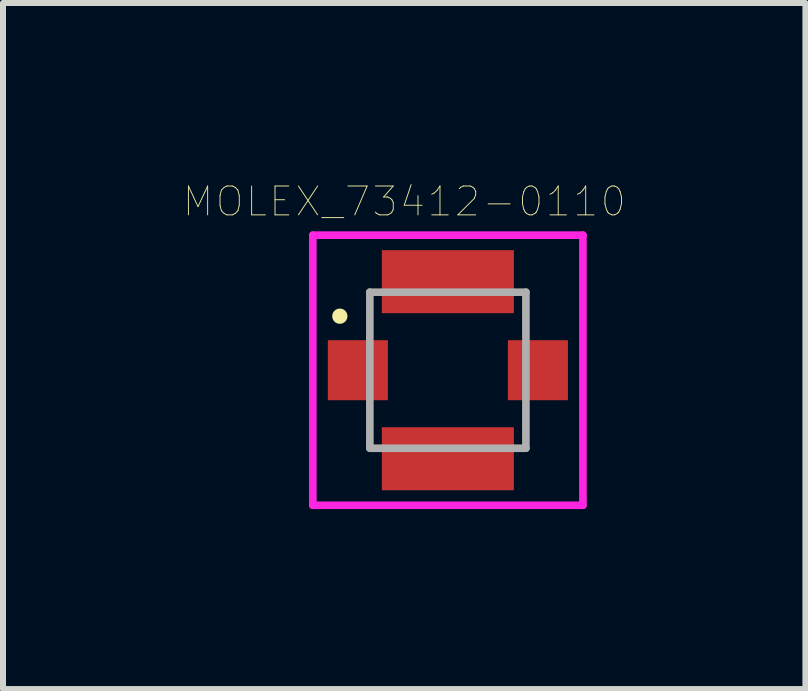
<source format=kicad_pcb>
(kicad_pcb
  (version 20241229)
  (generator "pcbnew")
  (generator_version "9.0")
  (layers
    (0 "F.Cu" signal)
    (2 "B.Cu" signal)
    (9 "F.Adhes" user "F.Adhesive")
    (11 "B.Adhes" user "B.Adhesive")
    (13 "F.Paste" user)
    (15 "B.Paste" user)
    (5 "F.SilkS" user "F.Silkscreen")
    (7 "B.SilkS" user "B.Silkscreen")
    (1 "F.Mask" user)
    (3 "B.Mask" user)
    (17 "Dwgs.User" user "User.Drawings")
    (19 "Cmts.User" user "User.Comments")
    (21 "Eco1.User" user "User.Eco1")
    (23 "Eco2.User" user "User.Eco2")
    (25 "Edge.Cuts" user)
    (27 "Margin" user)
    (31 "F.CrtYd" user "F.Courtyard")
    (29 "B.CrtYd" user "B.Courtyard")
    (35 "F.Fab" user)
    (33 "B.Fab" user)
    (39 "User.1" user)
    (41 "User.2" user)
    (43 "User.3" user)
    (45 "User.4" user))
  (footprint "MOLEX_73412-0110"
    (layer "F.Cu")
    (at 4.412 3.118)
    (property "Reference" "MOLEX_73412-0110" (at -0.727 -2.81 0) (layer "F.SilkS") (effects (font (size 0.481 0.481) (thickness 0.015))))
    (attr through_hole)
    (fp_circle (center -1.8 -0.9) (end -1.673 -0.9) (stroke (width 0) (type solid)) (fill yes) (layer "F.SilkS"))
    (fp_line (start -2.25 -2.25) (end 2.25 -2.25) (stroke (width 0.127) (type solid)) (layer "F.CrtYd"))
    (fp_line (start -2.25 2.25) (end -2.25 -2.25) (stroke (width 0.127) (type solid)) (layer "F.CrtYd"))
    (fp_line (start 2.25 -2.25) (end 2.25 2.25) (stroke (width 0.127) (type solid)) (layer "F.CrtYd"))
    (fp_line (start 2.25 2.25) (end -2.25 2.25) (stroke (width 0.127) (type solid)) (layer "F.CrtYd"))
    (fp_line (start -1.3 -1.3) (end -1.3 1.3) (stroke (width 0.127) (type solid)) (layer "F.Fab"))
    (fp_line (start -1.3 1.3) (end 1.3 1.3) (stroke (width 0.127) (type solid)) (layer "F.Fab"))
    (fp_line (start 1.3 -1.3) (end -1.3 -1.3) (stroke (width 0.127) (type solid)) (layer "F.Fab"))
    (fp_line (start 1.3 1.3) (end 1.3 -1.3) (stroke (width 0.127) (type solid)) (layer "F.Fab"))
    (pad "1" smd rect (at -1.5 0) (size 1 1) (layers "F.Cu" "F.Mask" "F.Paste"))
    (pad "2" smd rect (at 0 1.475) (size 2.2 1.05) (layers "F.Cu" "F.Mask" "F.Paste"))
    (pad "3" smd rect (at 1.5 0) (size 1 1) (layers "F.Cu" "F.Mask" "F.Paste"))
    (pad "4" smd rect (at 0 -1.475) (size 2.2 1.05) (layers "F.Cu" "F.Mask" "F.Paste")))
  (gr_rect
    (start -3 -3)
    (end 10.369 8.431)
    (stroke (width 0.1) (type default))
    (fill no)
    (layer "Edge.Cuts")))
</source>
